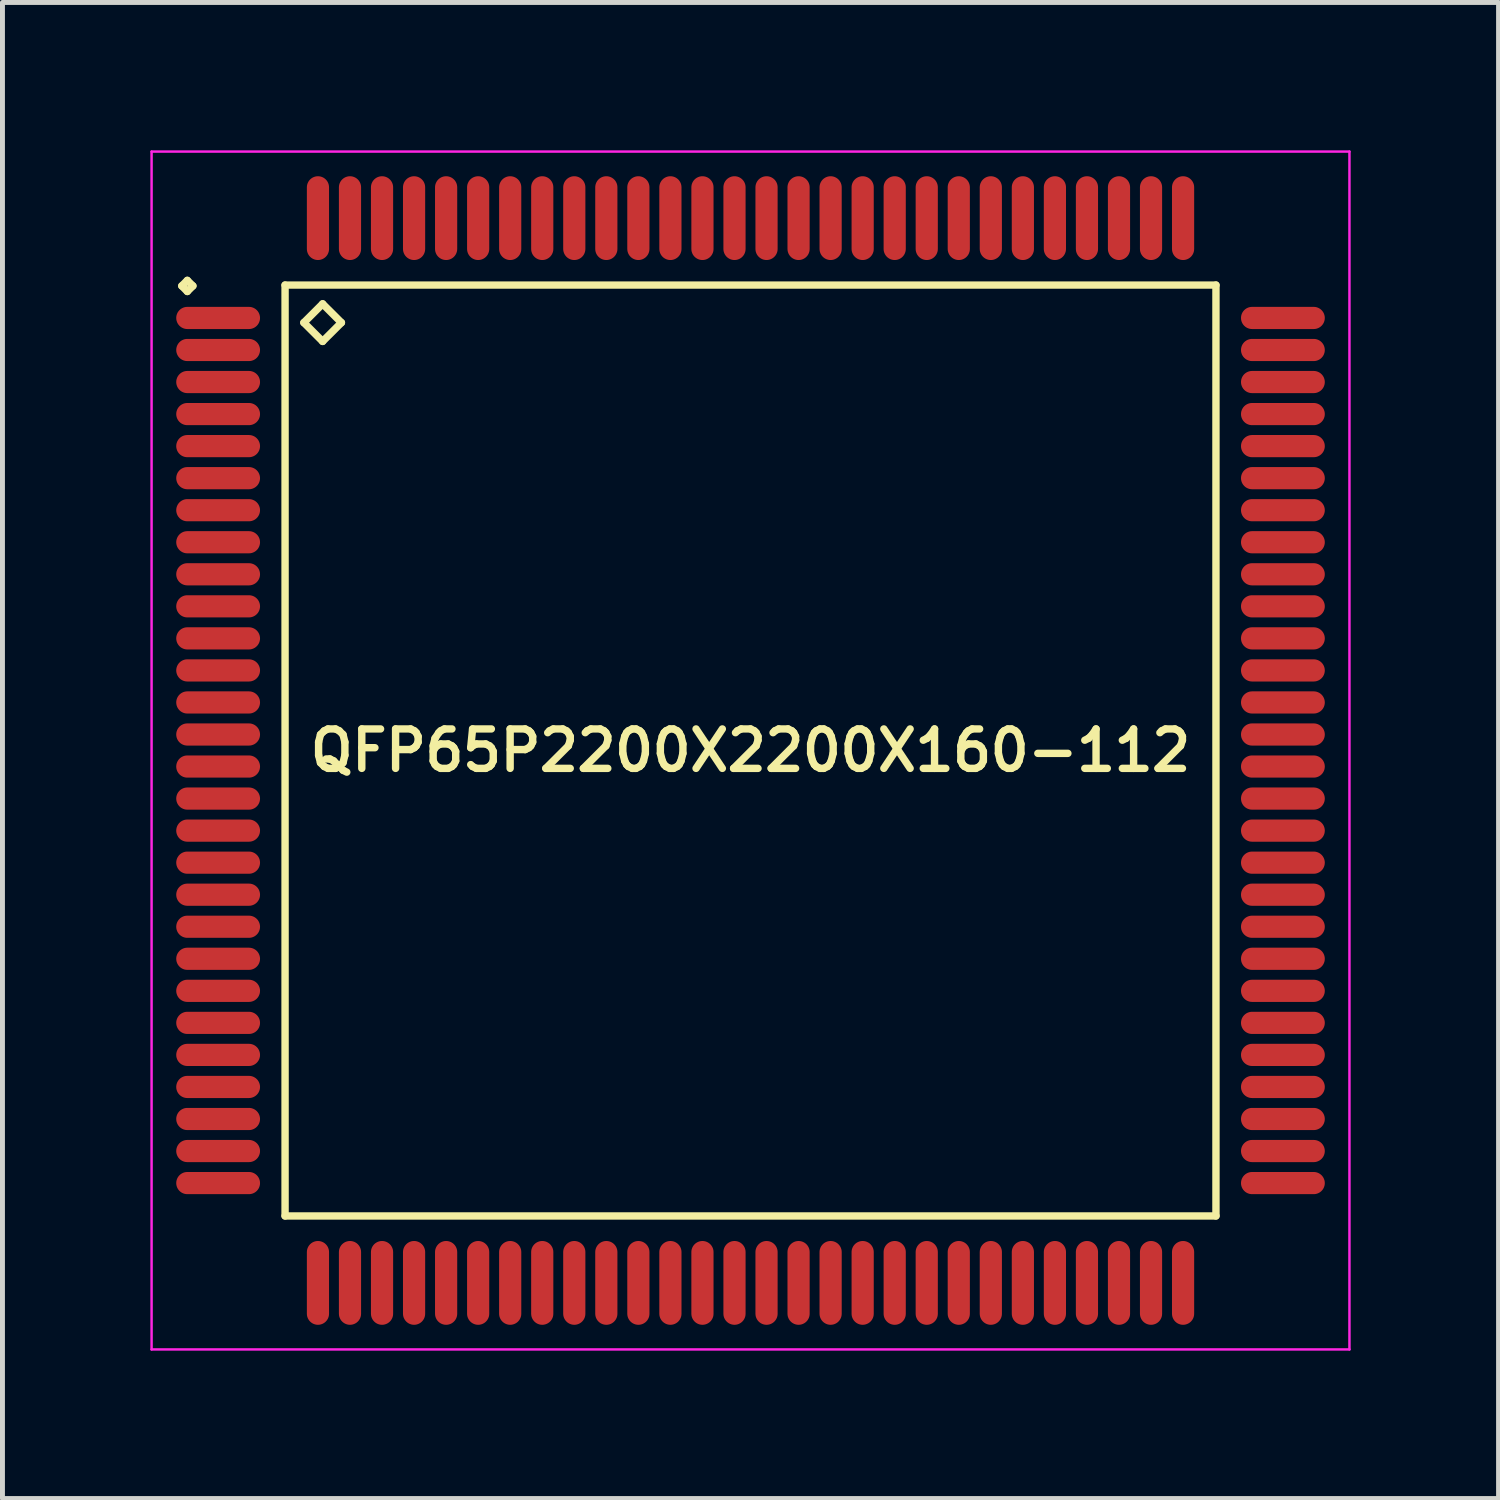
<source format=kicad_pcb>
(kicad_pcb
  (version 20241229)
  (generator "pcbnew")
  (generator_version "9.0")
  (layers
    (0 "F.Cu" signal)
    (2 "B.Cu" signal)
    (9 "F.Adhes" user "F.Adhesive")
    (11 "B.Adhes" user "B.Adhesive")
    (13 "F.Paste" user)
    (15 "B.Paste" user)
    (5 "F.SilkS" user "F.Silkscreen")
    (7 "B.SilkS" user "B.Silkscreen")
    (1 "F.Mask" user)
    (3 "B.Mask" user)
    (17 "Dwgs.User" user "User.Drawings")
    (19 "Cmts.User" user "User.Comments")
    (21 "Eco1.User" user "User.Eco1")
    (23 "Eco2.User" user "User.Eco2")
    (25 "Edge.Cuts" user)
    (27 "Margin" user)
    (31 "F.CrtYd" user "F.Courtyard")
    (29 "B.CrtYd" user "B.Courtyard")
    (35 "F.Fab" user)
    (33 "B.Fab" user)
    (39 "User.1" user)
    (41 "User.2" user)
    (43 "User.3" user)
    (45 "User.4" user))
  (footprint "QFP65P2200X2200X160-112"
    (layer "F.Cu")
    (at 12.175 12.175)
    (property "Reference" "QFP65P2200X2200X160-112" (at 0 0 0) (layer "F.SilkS") (effects (font (size 0.8 0.8) (thickness 0.15))))
    (attr smd)
    (fp_line (start -11.537 -9.425) (end -11.425 -9.537) (stroke (width 0.15) (type solid)) (layer "F.SilkS"))
    (fp_line (start -11.425 -9.537) (end -11.312 -9.425) (stroke (width 0.15) (type solid)) (layer "F.SilkS"))
    (fp_line (start -11.425 -9.312) (end -11.537 -9.425) (stroke (width 0.15) (type solid)) (layer "F.SilkS"))
    (fp_line (start -11.312 -9.425) (end -11.425 -9.312) (stroke (width 0.15) (type solid)) (layer "F.SilkS"))
    (fp_line (start -9.442 -9.442) (end -9.442 9.442) (stroke (width 0.15) (type solid)) (layer "F.SilkS"))
    (fp_line (start -9.442 9.442) (end 9.442 9.442) (stroke (width 0.15) (type solid)) (layer "F.SilkS"))
    (fp_line (start -9.061 -8.68) (end -8.68 -9.061) (stroke (width 0.15) (type solid)) (layer "F.SilkS"))
    (fp_line (start -8.68 -9.061) (end -8.299 -8.68) (stroke (width 0.15) (type solid)) (layer "F.SilkS"))
    (fp_line (start -8.68 -8.299) (end -9.061 -8.68) (stroke (width 0.15) (type solid)) (layer "F.SilkS"))
    (fp_line (start -8.299 -8.68) (end -8.68 -8.299) (stroke (width 0.15) (type solid)) (layer "F.SilkS"))
    (fp_line (start 9.442 -9.442) (end -9.442 -9.442) (stroke (width 0.15) (type solid)) (layer "F.SilkS"))
    (fp_line (start 9.442 9.442) (end 9.442 -9.442) (stroke (width 0.15) (type solid)) (layer "F.SilkS"))
    (fp_line (start -12.15 -12.15) (end 12.15 -12.15) (stroke (width 0.05) (type solid)) (layer "F.CrtYd"))
    (fp_line (start -12.15 12.15) (end -12.15 -12.15) (stroke (width 0.05) (type solid)) (layer "F.CrtYd"))
    (fp_line (start 12.15 -12.15) (end 12.15 12.15) (stroke (width 0.05) (type solid)) (layer "F.CrtYd"))
    (fp_line (start 12.15 12.15) (end -12.15 12.15) (stroke (width 0.05) (type solid)) (layer "F.CrtYd"))
    (pad "1" smd oval (at -10.8 -8.775) (size 1.7 0.45) (layers "F.Cu" "F.Mask" "F.Paste"))
    (pad "2" smd oval (at -10.8 -8.125) (size 1.7 0.45) (layers "F.Cu" "F.Mask" "F.Paste"))
    (pad "3" smd oval (at -10.8 -7.475) (size 1.7 0.45) (layers "F.Cu" "F.Mask" "F.Paste"))
    (pad "4" smd oval (at -10.8 -6.825) (size 1.7 0.45) (layers "F.Cu" "F.Mask" "F.Paste"))
    (pad "5" smd oval (at -10.8 -6.175) (size 1.7 0.45) (layers "F.Cu" "F.Mask" "F.Paste"))
    (pad "6" smd oval (at -10.8 -5.525) (size 1.7 0.45) (layers "F.Cu" "F.Mask" "F.Paste"))
    (pad "7" smd oval (at -10.8 -4.875) (size 1.7 0.45) (layers "F.Cu" "F.Mask" "F.Paste"))
    (pad "8" smd oval (at -10.8 -4.225) (size 1.7 0.45) (layers "F.Cu" "F.Mask" "F.Paste"))
    (pad "9" smd oval (at -10.8 -3.575) (size 1.7 0.45) (layers "F.Cu" "F.Mask" "F.Paste"))
    (pad "10" smd oval (at -10.8 -2.925) (size 1.7 0.45) (layers "F.Cu" "F.Mask" "F.Paste"))
    (pad "11" smd oval (at -10.8 -2.275) (size 1.7 0.45) (layers "F.Cu" "F.Mask" "F.Paste"))
    (pad "12" smd oval (at -10.8 -1.625) (size 1.7 0.45) (layers "F.Cu" "F.Mask" "F.Paste"))
    (pad "13" smd oval (at -10.8 -0.975) (size 1.7 0.45) (layers "F.Cu" "F.Mask" "F.Paste"))
    (pad "14" smd oval (at -10.8 -0.325) (size 1.7 0.45) (layers "F.Cu" "F.Mask" "F.Paste"))
    (pad "15" smd oval (at -10.8 0.325) (size 1.7 0.45) (layers "F.Cu" "F.Mask" "F.Paste"))
    (pad "16" smd oval (at -10.8 0.975) (size 1.7 0.45) (layers "F.Cu" "F.Mask" "F.Paste"))
    (pad "17" smd oval (at -10.8 1.625) (size 1.7 0.45) (layers "F.Cu" "F.Mask" "F.Paste"))
    (pad "18" smd oval (at -10.8 2.275) (size 1.7 0.45) (layers "F.Cu" "F.Mask" "F.Paste"))
    (pad "19" smd oval (at -10.8 2.925) (size 1.7 0.45) (layers "F.Cu" "F.Mask" "F.Paste"))
    (pad "20" smd oval (at -10.8 3.575) (size 1.7 0.45) (layers "F.Cu" "F.Mask" "F.Paste"))
    (pad "21" smd oval (at -10.8 4.225) (size 1.7 0.45) (layers "F.Cu" "F.Mask" "F.Paste"))
    (pad "22" smd oval (at -10.8 4.875) (size 1.7 0.45) (layers "F.Cu" "F.Mask" "F.Paste"))
    (pad "23" smd oval (at -10.8 5.525) (size 1.7 0.45) (layers "F.Cu" "F.Mask" "F.Paste"))
    (pad "24" smd oval (at -10.8 6.175) (size 1.7 0.45) (layers "F.Cu" "F.Mask" "F.Paste"))
    (pad "25" smd oval (at -10.8 6.825) (size 1.7 0.45) (layers "F.Cu" "F.Mask" "F.Paste"))
    (pad "26" smd oval (at -10.8 7.475) (size 1.7 0.45) (layers "F.Cu" "F.Mask" "F.Paste"))
    (pad "27" smd oval (at -10.8 8.125) (size 1.7 0.45) (layers "F.Cu" "F.Mask" "F.Paste"))
    (pad "28" smd oval (at -10.8 8.775) (size 1.7 0.45) (layers "F.Cu" "F.Mask" "F.Paste"))
    (pad "29" smd oval (at -8.775 10.8) (size 0.45 1.7) (layers "F.Cu" "F.Mask" "F.Paste"))
    (pad "30" smd oval (at -8.125 10.8) (size 0.45 1.7) (layers "F.Cu" "F.Mask" "F.Paste"))
    (pad "31" smd oval (at -7.475 10.8) (size 0.45 1.7) (layers "F.Cu" "F.Mask" "F.Paste"))
    (pad "32" smd oval (at -6.825 10.8) (size 0.45 1.7) (layers "F.Cu" "F.Mask" "F.Paste"))
    (pad "33" smd oval (at -6.175 10.8) (size 0.45 1.7) (layers "F.Cu" "F.Mask" "F.Paste"))
    (pad "34" smd oval (at -5.525 10.8) (size 0.45 1.7) (layers "F.Cu" "F.Mask" "F.Paste"))
    (pad "35" smd oval (at -4.875 10.8) (size 0.45 1.7) (layers "F.Cu" "F.Mask" "F.Paste"))
    (pad "36" smd oval (at -4.225 10.8) (size 0.45 1.7) (layers "F.Cu" "F.Mask" "F.Paste"))
    (pad "37" smd oval (at -3.575 10.8) (size 0.45 1.7) (layers "F.Cu" "F.Mask" "F.Paste"))
    (pad "38" smd oval (at -2.925 10.8) (size 0.45 1.7) (layers "F.Cu" "F.Mask" "F.Paste"))
    (pad "39" smd oval (at -2.275 10.8) (size 0.45 1.7) (layers "F.Cu" "F.Mask" "F.Paste"))
    (pad "40" smd oval (at -1.625 10.8) (size 0.45 1.7) (layers "F.Cu" "F.Mask" "F.Paste"))
    (pad "41" smd oval (at -0.975 10.8) (size 0.45 1.7) (layers "F.Cu" "F.Mask" "F.Paste"))
    (pad "42" smd oval (at -0.325 10.8) (size 0.45 1.7) (layers "F.Cu" "F.Mask" "F.Paste"))
    (pad "43" smd oval (at 0.325 10.8) (size 0.45 1.7) (layers "F.Cu" "F.Mask" "F.Paste"))
    (pad "44" smd oval (at 0.975 10.8) (size 0.45 1.7) (layers "F.Cu" "F.Mask" "F.Paste"))
    (pad "45" smd oval (at 1.625 10.8) (size 0.45 1.7) (layers "F.Cu" "F.Mask" "F.Paste"))
    (pad "46" smd oval (at 2.275 10.8) (size 0.45 1.7) (layers "F.Cu" "F.Mask" "F.Paste"))
    (pad "47" smd oval (at 2.925 10.8) (size 0.45 1.7) (layers "F.Cu" "F.Mask" "F.Paste"))
    (pad "48" smd oval (at 3.575 10.8) (size 0.45 1.7) (layers "F.Cu" "F.Mask" "F.Paste"))
    (pad "49" smd oval (at 4.225 10.8) (size 0.45 1.7) (layers "F.Cu" "F.Mask" "F.Paste"))
    (pad "50" smd oval (at 4.875 10.8) (size 0.45 1.7) (layers "F.Cu" "F.Mask" "F.Paste"))
    (pad "51" smd oval (at 5.525 10.8) (size 0.45 1.7) (layers "F.Cu" "F.Mask" "F.Paste"))
    (pad "52" smd oval (at 6.175 10.8) (size 0.45 1.7) (layers "F.Cu" "F.Mask" "F.Paste"))
    (pad "53" smd oval (at 6.825 10.8) (size 0.45 1.7) (layers "F.Cu" "F.Mask" "F.Paste"))
    (pad "54" smd oval (at 7.475 10.8) (size 0.45 1.7) (layers "F.Cu" "F.Mask" "F.Paste"))
    (pad "55" smd oval (at 8.125 10.8) (size 0.45 1.7) (layers "F.Cu" "F.Mask" "F.Paste"))
    (pad "56" smd oval (at 8.775 10.8) (size 0.45 1.7) (layers "F.Cu" "F.Mask" "F.Paste"))
    (pad "57" smd oval (at 10.8 8.775) (size 1.7 0.45) (layers "F.Cu" "F.Mask" "F.Paste"))
    (pad "58" smd oval (at 10.8 8.125) (size 1.7 0.45) (layers "F.Cu" "F.Mask" "F.Paste"))
    (pad "59" smd oval (at 10.8 7.475) (size 1.7 0.45) (layers "F.Cu" "F.Mask" "F.Paste"))
    (pad "60" smd oval (at 10.8 6.825) (size 1.7 0.45) (layers "F.Cu" "F.Mask" "F.Paste"))
    (pad "61" smd oval (at 10.8 6.175) (size 1.7 0.45) (layers "F.Cu" "F.Mask" "F.Paste"))
    (pad "62" smd oval (at 10.8 5.525) (size 1.7 0.45) (layers "F.Cu" "F.Mask" "F.Paste"))
    (pad "63" smd oval (at 10.8 4.875) (size 1.7 0.45) (layers "F.Cu" "F.Mask" "F.Paste"))
    (pad "64" smd oval (at 10.8 4.225) (size 1.7 0.45) (layers "F.Cu" "F.Mask" "F.Paste"))
    (pad "65" smd oval (at 10.8 3.575) (size 1.7 0.45) (layers "F.Cu" "F.Mask" "F.Paste"))
    (pad "66" smd oval (at 10.8 2.925) (size 1.7 0.45) (layers "F.Cu" "F.Mask" "F.Paste"))
    (pad "67" smd oval (at 10.8 2.275) (size 1.7 0.45) (layers "F.Cu" "F.Mask" "F.Paste"))
    (pad "68" smd oval (at 10.8 1.625) (size 1.7 0.45) (layers "F.Cu" "F.Mask" "F.Paste"))
    (pad "69" smd oval (at 10.8 0.975) (size 1.7 0.45) (layers "F.Cu" "F.Mask" "F.Paste"))
    (pad "70" smd oval (at 10.8 0.325) (size 1.7 0.45) (layers "F.Cu" "F.Mask" "F.Paste"))
    (pad "71" smd oval (at 10.8 -0.325) (size 1.7 0.45) (layers "F.Cu" "F.Mask" "F.Paste"))
    (pad "72" smd oval (at 10.8 -0.975) (size 1.7 0.45) (layers "F.Cu" "F.Mask" "F.Paste"))
    (pad "73" smd oval (at 10.8 -1.625) (size 1.7 0.45) (layers "F.Cu" "F.Mask" "F.Paste"))
    (pad "74" smd oval (at 10.8 -2.275) (size 1.7 0.45) (layers "F.Cu" "F.Mask" "F.Paste"))
    (pad "75" smd oval (at 10.8 -2.925) (size 1.7 0.45) (layers "F.Cu" "F.Mask" "F.Paste"))
    (pad "76" smd oval (at 10.8 -3.575) (size 1.7 0.45) (layers "F.Cu" "F.Mask" "F.Paste"))
    (pad "77" smd oval (at 10.8 -4.225) (size 1.7 0.45) (layers "F.Cu" "F.Mask" "F.Paste"))
    (pad "78" smd oval (at 10.8 -4.875) (size 1.7 0.45) (layers "F.Cu" "F.Mask" "F.Paste"))
    (pad "79" smd oval (at 10.8 -5.525) (size 1.7 0.45) (layers "F.Cu" "F.Mask" "F.Paste"))
    (pad "80" smd oval (at 10.8 -6.175) (size 1.7 0.45) (layers "F.Cu" "F.Mask" "F.Paste"))
    (pad "81" smd oval (at 10.8 -6.825) (size 1.7 0.45) (layers "F.Cu" "F.Mask" "F.Paste"))
    (pad "82" smd oval (at 10.8 -7.475) (size 1.7 0.45) (layers "F.Cu" "F.Mask" "F.Paste"))
    (pad "83" smd oval (at 10.8 -8.125) (size 1.7 0.45) (layers "F.Cu" "F.Mask" "F.Paste"))
    (pad "84" smd oval (at 10.8 -8.775) (size 1.7 0.45) (layers "F.Cu" "F.Mask" "F.Paste"))
    (pad "85" smd oval (at 8.775 -10.8) (size 0.45 1.7) (layers "F.Cu" "F.Mask" "F.Paste"))
    (pad "86" smd oval (at 8.125 -10.8) (size 0.45 1.7) (layers "F.Cu" "F.Mask" "F.Paste"))
    (pad "87" smd oval (at 7.475 -10.8) (size 0.45 1.7) (layers "F.Cu" "F.Mask" "F.Paste"))
    (pad "88" smd oval (at 6.825 -10.8) (size 0.45 1.7) (layers "F.Cu" "F.Mask" "F.Paste"))
    (pad "89" smd oval (at 6.175 -10.8) (size 0.45 1.7) (layers "F.Cu" "F.Mask" "F.Paste"))
    (pad "90" smd oval (at 5.525 -10.8) (size 0.45 1.7) (layers "F.Cu" "F.Mask" "F.Paste"))
    (pad "91" smd oval (at 4.875 -10.8) (size 0.45 1.7) (layers "F.Cu" "F.Mask" "F.Paste"))
    (pad "92" smd oval (at 4.225 -10.8) (size 0.45 1.7) (layers "F.Cu" "F.Mask" "F.Paste"))
    (pad "93" smd oval (at 3.575 -10.8) (size 0.45 1.7) (layers "F.Cu" "F.Mask" "F.Paste"))
    (pad "94" smd oval (at 2.925 -10.8) (size 0.45 1.7) (layers "F.Cu" "F.Mask" "F.Paste"))
    (pad "95" smd oval (at 2.275 -10.8) (size 0.45 1.7) (layers "F.Cu" "F.Mask" "F.Paste"))
    (pad "96" smd oval (at 1.625 -10.8) (size 0.45 1.7) (layers "F.Cu" "F.Mask" "F.Paste"))
    (pad "97" smd oval (at 0.975 -10.8) (size 0.45 1.7) (layers "F.Cu" "F.Mask" "F.Paste"))
    (pad "98" smd oval (at 0.325 -10.8) (size 0.45 1.7) (layers "F.Cu" "F.Mask" "F.Paste"))
    (pad "99" smd oval (at -0.325 -10.8) (size 0.45 1.7) (layers "F.Cu" "F.Mask" "F.Paste"))
    (pad "100" smd oval (at -0.975 -10.8) (size 0.45 1.7) (layers "F.Cu" "F.Mask" "F.Paste"))
    (pad "101" smd oval (at -1.625 -10.8) (size 0.45 1.7) (layers "F.Cu" "F.Mask" "F.Paste"))
    (pad "102" smd oval (at -2.275 -10.8) (size 0.45 1.7) (layers "F.Cu" "F.Mask" "F.Paste"))
    (pad "103" smd oval (at -2.925 -10.8) (size 0.45 1.7) (layers "F.Cu" "F.Mask" "F.Paste"))
    (pad "104" smd oval (at -3.575 -10.8) (size 0.45 1.7) (layers "F.Cu" "F.Mask" "F.Paste"))
    (pad "105" smd oval (at -4.225 -10.8) (size 0.45 1.7) (layers "F.Cu" "F.Mask" "F.Paste"))
    (pad "106" smd oval (at -4.875 -10.8) (size 0.45 1.7) (layers "F.Cu" "F.Mask" "F.Paste"))
    (pad "107" smd oval (at -5.525 -10.8) (size 0.45 1.7) (layers "F.Cu" "F.Mask" "F.Paste"))
    (pad "108" smd oval (at -6.175 -10.8) (size 0.45 1.7) (layers "F.Cu" "F.Mask" "F.Paste"))
    (pad "109" smd oval (at -6.825 -10.8) (size 0.45 1.7) (layers "F.Cu" "F.Mask" "F.Paste"))
    (pad "110" smd oval (at -7.475 -10.8) (size 0.45 1.7) (layers "F.Cu" "F.Mask" "F.Paste"))
    (pad "111" smd oval (at -8.125 -10.8) (size 0.45 1.7) (layers "F.Cu" "F.Mask" "F.Paste"))
    (pad "112" smd oval (at -8.775 -10.8) (size 0.45 1.7) (layers "F.Cu" "F.Mask" "F.Paste")))
  (gr_rect
    (start -3 -3)
    (end 27.35 27.35)
    (stroke (width 0.1) (type default))
    (fill no)
    (layer "Edge.Cuts")))
</source>
